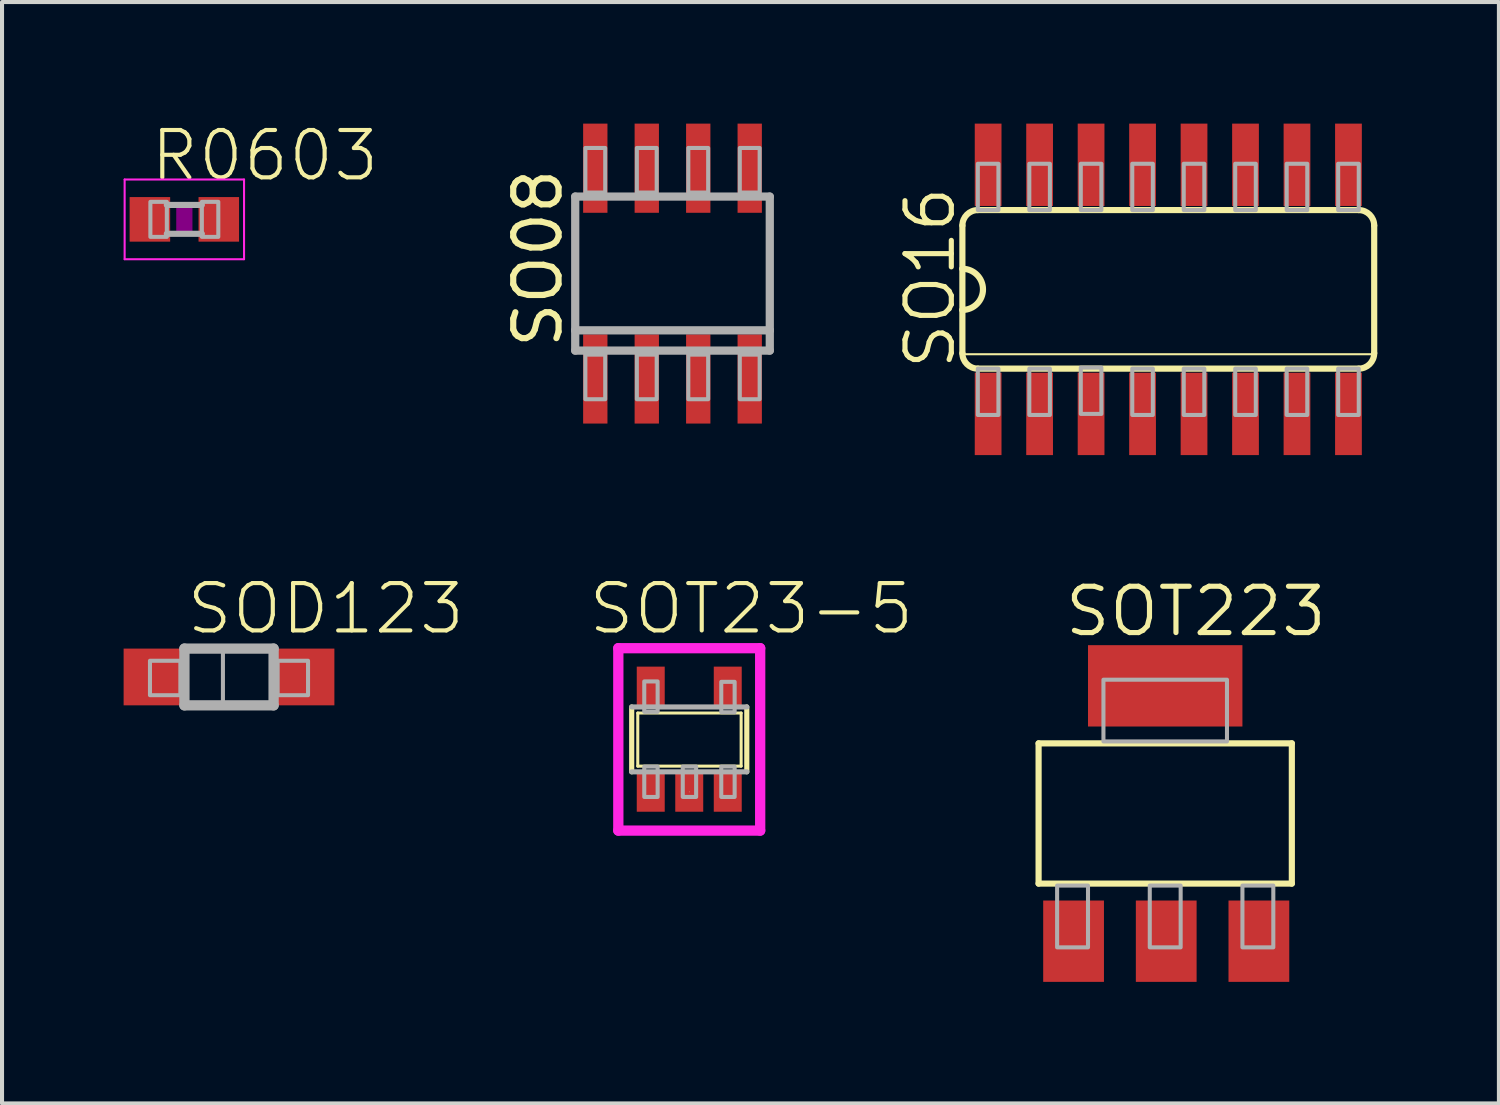
<source format=kicad_pcb>
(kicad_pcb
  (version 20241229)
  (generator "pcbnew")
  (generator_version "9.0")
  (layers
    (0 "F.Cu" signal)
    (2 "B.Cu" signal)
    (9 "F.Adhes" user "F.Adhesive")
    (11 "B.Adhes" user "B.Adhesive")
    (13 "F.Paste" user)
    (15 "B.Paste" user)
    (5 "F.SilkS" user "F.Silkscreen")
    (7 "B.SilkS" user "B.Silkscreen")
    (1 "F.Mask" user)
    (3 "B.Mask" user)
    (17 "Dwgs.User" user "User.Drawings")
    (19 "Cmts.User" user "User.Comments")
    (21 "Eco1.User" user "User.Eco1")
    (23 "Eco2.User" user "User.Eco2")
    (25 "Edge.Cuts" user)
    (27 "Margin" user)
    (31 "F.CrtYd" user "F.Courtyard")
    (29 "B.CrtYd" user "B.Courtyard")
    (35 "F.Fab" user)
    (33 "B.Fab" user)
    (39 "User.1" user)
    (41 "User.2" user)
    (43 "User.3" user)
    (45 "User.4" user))
  (footprint "R0603"
    (layer "F.Cu")
    (at 1.498 2.362)
    (property "Reference" "R0603" (at -0.889 -0.889 0) (layer "F.SilkS") (effects (font (size 1.168 1.168) (thickness 0.102)) (justify left bottom)))
    (fp_poly (pts (xy -0.2 0.4) (xy 0.2 0.4) (xy 0.2 -0.4) (xy -0.2 -0.4)) (stroke (width 0) (type solid)) (fill yes) (layer "F.Adhes"))
    (fp_line (start -1.473 -0.983) (end 1.473 -0.983) (stroke (width 0.051) (type solid)) (layer "F.CrtYd"))
    (fp_line (start -1.473 0.983) (end -1.473 -0.983) (stroke (width 0.051) (type solid)) (layer "F.CrtYd"))
    (fp_line (start 1.473 -0.983) (end 1.473 0.983) (stroke (width 0.051) (type solid)) (layer "F.CrtYd"))
    (fp_line (start 1.473 0.983) (end -1.473 0.983) (stroke (width 0.051) (type solid)) (layer "F.CrtYd"))
    (fp_line (start -0.432 0.356) (end 0.432 0.356) (stroke (width 0.152) (type solid)) (layer "F.Fab"))
    (fp_line (start 0.432 -0.356) (end -0.432 -0.356) (stroke (width 0.152) (type solid)) (layer "F.Fab"))
    (fp_poly (pts (xy -0.838 0.432) (xy -0.432 0.432) (xy -0.432 -0.432) (xy -0.838 -0.432)) (stroke (width 0.1) (type solid)) (fill no) (layer "F.Fab"))
    (fp_poly (pts (xy 0.432 0.432) (xy 0.838 0.432) (xy 0.838 -0.432) (xy 0.432 -0.432)) (stroke (width 0.1) (type solid)) (fill no) (layer "F.Fab"))
    (pad "1" smd rect (at -0.85 0) (size 1 1.1) (layers "F.Cu" "F.Mask" "F.Paste"))
    (pad "2" smd rect (at 0.85 0) (size 1 1.1) (layers "F.Cu" "F.Mask" "F.Paste")))
  (footprint "SOT223"
    (layer "F.Cu")
    (at 25.698 17.021)
    (property "Reference" "SOT223" (at -2.54 -4.318 0) (layer "F.SilkS") (effects (font (size 1.143 1.143) (thickness 0.127)) (justify left bottom)))
    (fp_line (start -3.124 -1.731) (end -3.124 1.729) (stroke (width 0.152) (type solid)) (layer "F.SilkS"))
    (fp_line (start -3.124 -1.731) (end 3.124 -1.731) (stroke (width 0.152) (type solid)) (layer "F.SilkS"))
    (fp_line (start 3.124 1.729) (end -3.124 1.729) (stroke (width 0.152) (type solid)) (layer "F.SilkS"))
    (fp_line (start 3.124 1.729) (end 3.124 -1.731) (stroke (width 0.152) (type solid)) (layer "F.SilkS"))
    (fp_poly (pts (xy -2.667 3.302) (xy -1.905 3.302) (xy -1.905 1.778) (xy -2.667 1.778)) (stroke (width 0.1) (type solid)) (fill no) (layer "F.Fab"))
    (fp_poly (pts (xy -1.524 -1.778) (xy 1.524 -1.778) (xy 1.524 -3.302) (xy -1.524 -3.302)) (stroke (width 0.1) (type solid)) (fill no) (layer "F.Fab"))
    (fp_poly (pts (xy -0.381 3.302) (xy 0.381 3.302) (xy 0.381 1.778) (xy -0.381 1.778)) (stroke (width 0.1) (type solid)) (fill no) (layer "F.Fab"))
    (fp_poly (pts (xy 1.905 3.302) (xy 2.667 3.302) (xy 2.667 1.778) (xy 1.905 1.778)) (stroke (width 0.1) (type solid)) (fill no) (layer "F.Fab"))
    (pad "1" smd rect (at -2.261 3.15) (size 1.499 2.007) (layers "F.Cu" "F.Mask" "F.Paste"))
    (pad "2" smd rect (at 0.025 3.15) (size 1.499 2.007) (layers "F.Cu" "F.Mask" "F.Paste"))
    (pad "3" smd rect (at 2.311 3.15) (size 1.499 2.007) (layers "F.Cu" "F.Mask" "F.Paste"))
    (pad "4" smd rect (at 0 -3.15) (size 3.81 2.007) (layers "F.Cu" "F.Mask" "F.Paste")))
  (footprint "SOD123"
    (layer "F.Cu")
    (at 2.6 13.652)
    (property "Reference" "SOD123" (at -1.1 -1 0) (layer "F.SilkS") (effects (font (size 1.168 1.168) (thickness 0.102)) (justify left bottom)))
    (fp_line (start -1.1 -0.7) (end 1.1 -0.7) (stroke (width 0.254) (type solid)) (layer "F.Fab"))
    (fp_line (start -1.1 0.7) (end -1.1 -0.7) (stroke (width 0.254) (type solid)) (layer "F.Fab"))
    (fp_line (start 1.1 -0.7) (end 1.1 0.7) (stroke (width 0.254) (type solid)) (layer "F.Fab"))
    (fp_line (start 1.1 0.7) (end -1.1 0.7) (stroke (width 0.254) (type solid)) (layer "F.Fab"))
    (fp_poly (pts (xy -1.95 0.45) (xy -1.2 0.45) (xy -1.2 -0.4) (xy -1.95 -0.4)) (stroke (width 0.1) (type solid)) (fill no) (layer "F.Fab"))
    (fp_poly (pts (xy -1.05 0.65) (xy -0.15 0.65) (xy -0.15 -0.7) (xy -1.05 -0.7)) (stroke (width 0.1) (type solid)) (fill no) (layer "F.Fab"))
    (fp_poly (pts (xy 1.2 0.45) (xy 1.95 0.45) (xy 1.95 -0.4) (xy 1.2 -0.4)) (stroke (width 0.1) (type solid)) (fill no) (layer "F.Fab"))
    (pad "A" smd rect (at 1.9 0) (size 1.4 1.4) (layers "F.Cu" "F.Mask" "F.Paste"))
    (pad "C" smd rect (at -1.9 0) (size 1.4 1.4) (layers "F.Cu" "F.Mask" "F.Paste")))
  (footprint "SO16"
    (layer "F.Cu")
    (at 25.774 4.089)
    (property "Reference" "SO16" (at -5.207 2.032 90) (layer "F.SilkS") (effects (font (size 1.143 1.143) (thickness 0.127)) (justify left bottom)))
    (fp_line (start -5.08 -1.575) (end -5.08 -0.508) (stroke (width 0.152) (type solid)) (layer "F.SilkS"))
    (fp_line (start -5.08 -0.508) (end -5.08 0.508) (stroke (width 0.152) (type solid)) (layer "F.SilkS"))
    (fp_line (start -5.08 0.508) (end -5.08 1.575) (stroke (width 0.152) (type solid)) (layer "F.SilkS"))
    (fp_line (start -5.08 1.6) (end 5.08 1.6) (stroke (width 0.051) (type solid)) (layer "F.SilkS"))
    (fp_line (start -4.699 1.956) (end 4.699 1.956) (stroke (width 0.152) (type solid)) (layer "F.SilkS"))
    (fp_line (start 4.699 -1.956) (end -4.699 -1.956) (stroke (width 0.152) (type solid)) (layer "F.SilkS"))
    (fp_line (start 5.08 1.575) (end 5.08 -1.575) (stroke (width 0.152) (type solid)) (layer "F.SilkS"))
    (fp_arc (start -5.08 -1.5748) (mid -4.968408 -1.844208) (end -4.699 -1.9558) (stroke (width 0.1524) (type solid)) (layer "F.SilkS"))
    (fp_arc (start -5.08 -0.508) (mid -4.572 0) (end -5.08 0.508) (stroke (width 0.1524) (type solid)) (layer "F.SilkS"))
    (fp_arc (start -4.699 1.9558) (mid -4.968408 1.844208) (end -5.08 1.5748) (stroke (width 0.1524) (type solid)) (layer "F.SilkS"))
    (fp_arc (start 4.699 -1.9558) (mid 4.968408 -1.844208) (end 5.08 -1.5748) (stroke (width 0.1524) (type solid)) (layer "F.SilkS"))
    (fp_arc (start 5.08 1.5748) (mid 4.968408 1.844208) (end 4.699 1.9558) (stroke (width 0.1524) (type solid)) (layer "F.SilkS"))
    (fp_poly (pts (xy -4.699 -1.956) (xy -4.191 -1.956) (xy -4.191 -3.099) (xy -4.699 -3.099)) (stroke (width 0.1) (type solid)) (fill no) (layer "F.Fab"))
    (fp_poly (pts (xy -4.699 3.099) (xy -4.191 3.099) (xy -4.191 1.956) (xy -4.699 1.956)) (stroke (width 0.1) (type solid)) (fill no) (layer "F.Fab"))
    (fp_poly (pts (xy -3.429 -1.956) (xy -2.921 -1.956) (xy -2.921 -3.099) (xy -3.429 -3.099)) (stroke (width 0.1) (type solid)) (fill no) (layer "F.Fab"))
    (fp_poly (pts (xy -3.429 3.099) (xy -2.921 3.099) (xy -2.921 1.956) (xy -3.429 1.956)) (stroke (width 0.1) (type solid)) (fill no) (layer "F.Fab"))
    (fp_poly (pts (xy -2.159 -1.956) (xy -1.651 -1.956) (xy -1.651 -3.099) (xy -2.159 -3.099)) (stroke (width 0.1) (type solid)) (fill no) (layer "F.Fab"))
    (fp_poly (pts (xy -2.159 3.073) (xy -1.651 3.073) (xy -1.651 1.93) (xy -2.159 1.93)) (stroke (width 0.1) (type solid)) (fill no) (layer "F.Fab"))
    (fp_poly (pts (xy -0.889 -1.956) (xy -0.381 -1.956) (xy -0.381 -3.099) (xy -0.889 -3.099)) (stroke (width 0.1) (type solid)) (fill no) (layer "F.Fab"))
    (fp_poly (pts (xy -0.889 3.099) (xy -0.381 3.099) (xy -0.381 1.956) (xy -0.889 1.956)) (stroke (width 0.1) (type solid)) (fill no) (layer "F.Fab"))
    (fp_poly (pts (xy 0.381 -1.956) (xy 0.889 -1.956) (xy 0.889 -3.099) (xy 0.381 -3.099)) (stroke (width 0.1) (type solid)) (fill no) (layer "F.Fab"))
    (fp_poly (pts (xy 0.381 3.099) (xy 0.889 3.099) (xy 0.889 1.956) (xy 0.381 1.956)) (stroke (width 0.1) (type solid)) (fill no) (layer "F.Fab"))
    (fp_poly (pts (xy 1.651 -1.956) (xy 2.159 -1.956) (xy 2.159 -3.099) (xy 1.651 -3.099)) (stroke (width 0.1) (type solid)) (fill no) (layer "F.Fab"))
    (fp_poly (pts (xy 1.651 3.099) (xy 2.159 3.099) (xy 2.159 1.956) (xy 1.651 1.956)) (stroke (width 0.1) (type solid)) (fill no) (layer "F.Fab"))
    (fp_poly (pts (xy 2.921 -1.956) (xy 3.429 -1.956) (xy 3.429 -3.099) (xy 2.921 -3.099)) (stroke (width 0.1) (type solid)) (fill no) (layer "F.Fab"))
    (fp_poly (pts (xy 2.921 3.099) (xy 3.429 3.099) (xy 3.429 1.956) (xy 2.921 1.956)) (stroke (width 0.1) (type solid)) (fill no) (layer "F.Fab"))
    (fp_poly (pts (xy 4.191 -1.956) (xy 4.699 -1.956) (xy 4.699 -3.099) (xy 4.191 -3.099)) (stroke (width 0.1) (type solid)) (fill no) (layer "F.Fab"))
    (fp_poly (pts (xy 4.191 3.099) (xy 4.699 3.099) (xy 4.699 1.956) (xy 4.191 1.956)) (stroke (width 0.1) (type solid)) (fill no) (layer "F.Fab"))
    (pad "1" smd rect (at -4.445 3.073) (size 0.66 2.032) (layers "F.Cu" "F.Mask" "F.Paste"))
    (pad "2" smd rect (at -3.175 3.073) (size 0.66 2.032) (layers "F.Cu" "F.Mask" "F.Paste"))
    (pad "3" smd rect (at -1.905 3.073) (size 0.66 2.032) (layers "F.Cu" "F.Mask" "F.Paste"))
    (pad "4" smd rect (at -0.635 3.073) (size 0.66 2.032) (layers "F.Cu" "F.Mask" "F.Paste"))
    (pad "5" smd rect (at 0.635 3.073) (size 0.66 2.032) (layers "F.Cu" "F.Mask" "F.Paste"))
    (pad "6" smd rect (at 1.905 3.073) (size 0.66 2.032) (layers "F.Cu" "F.Mask" "F.Paste"))
    (pad "7" smd rect (at 3.175 3.073) (size 0.66 2.032) (layers "F.Cu" "F.Mask" "F.Paste"))
    (pad "8" smd rect (at 4.445 3.073) (size 0.66 2.032) (layers "F.Cu" "F.Mask" "F.Paste"))
    (pad "9" smd rect (at 4.445 -3.073) (size 0.66 2.032) (layers "F.Cu" "F.Mask" "F.Paste"))
    (pad "10" smd rect (at 3.175 -3.073) (size 0.66 2.032) (layers "F.Cu" "F.Mask" "F.Paste"))
    (pad "11" smd rect (at 1.905 -3.073) (size 0.66 2.032) (layers "F.Cu" "F.Mask" "F.Paste"))
    (pad "12" smd rect (at 0.635 -3.073) (size 0.66 2.032) (layers "F.Cu" "F.Mask" "F.Paste"))
    (pad "13" smd rect (at -0.635 -3.073) (size 0.66 2.032) (layers "F.Cu" "F.Mask" "F.Paste"))
    (pad "14" smd rect (at -1.905 -3.073) (size 0.66 2.032) (layers "F.Cu" "F.Mask" "F.Paste"))
    (pad "15" smd rect (at -3.175 -3.073) (size 0.66 2.032) (layers "F.Cu" "F.Mask" "F.Paste"))
    (pad "16" smd rect (at -4.445 -3.073) (size 0.66 2.032) (layers "F.Cu" "F.Mask" "F.Paste")))
  (footprint "SOT23-5"
    (layer "F.Cu")
    (at 13.955 15.192)
    (property "Reference" "SOT23-5" (at -2.54 -2.54 0) (layer "F.SilkS") (effects (font (size 1.168 1.168) (thickness 0.102)) (justify left bottom)))
    (fp_line (start -1.42 0.8) (end -1.42 -0.8) (stroke (width 0.127) (type solid)) (layer "F.SilkS"))
    (fp_line (start -1.27 -0.65) (end 1.28 -0.65) (stroke (width 0.075) (type solid)) (layer "F.SilkS"))
    (fp_line (start -1.27 0.66) (end -1.27 -0.65) (stroke (width 0.075) (type solid)) (layer "F.SilkS"))
    (fp_line (start 0 1.29) (end 0 1.3) (stroke (width 0.01) (type solid)) (layer "F.SilkS"))
    (fp_line (start 1.28 -0.65) (end 1.28 0.66) (stroke (width 0.075) (type solid)) (layer "F.SilkS"))
    (fp_line (start 1.28 0.66) (end -1.27 0.66) (stroke (width 0.075) (type solid)) (layer "F.SilkS"))
    (fp_line (start 1.42 -0.8) (end 1.42 0.8) (stroke (width 0.127) (type solid)) (layer "F.SilkS"))
    (fp_line (start -1.75 -2.25) (end 1.75 -2.25) (stroke (width 0.254) (type solid)) (layer "F.CrtYd"))
    (fp_line (start -1.75 2.25) (end -1.75 -2.25) (stroke (width 0.254) (type solid)) (layer "F.CrtYd"))
    (fp_line (start 1.75 -2.25) (end 1.75 2.25) (stroke (width 0.254) (type solid)) (layer "F.CrtYd"))
    (fp_line (start 1.75 2.25) (end -1.75 2.25) (stroke (width 0.254) (type solid)) (layer "F.CrtYd"))
    (fp_line (start -1.42 -0.8) (end 1.42 -0.8) (stroke (width 0.127) (type solid)) (layer "F.Fab"))
    (fp_line (start 1.42 0.8) (end -1.42 0.8) (stroke (width 0.127) (type solid)) (layer "F.Fab"))
    (fp_poly (pts (xy -1.11 -0.68) (xy -0.78 -0.68) (xy -0.78 -1.43) (xy -1.11 -1.43)) (stroke (width 0.1) (type solid)) (fill no) (layer "F.Fab"))
    (fp_poly (pts (xy -1.11 1.42) (xy -0.78 1.42) (xy -0.78 0.67) (xy -1.11 0.67)) (stroke (width 0.1) (type solid)) (fill no) (layer "F.Fab"))
    (fp_poly (pts (xy -0.16 1.42) (xy 0.17 1.42) (xy 0.17 0.67) (xy -0.16 0.67)) (stroke (width 0.1) (type solid)) (fill no) (layer "F.Fab"))
    (fp_poly (pts (xy 0.79 -0.67) (xy 1.12 -0.67) (xy 1.12 -1.42) (xy 0.79 -1.42)) (stroke (width 0.1) (type solid)) (fill no) (layer "F.Fab"))
    (fp_poly (pts (xy 0.79 1.42) (xy 1.12 1.42) (xy 1.12 0.67) (xy 0.79 0.67)) (stroke (width 0.1) (type solid)) (fill no) (layer "F.Fab"))
    (pad "1" smd rect (at -0.95 1.29) (size 0.69 0.99) (layers "F.Cu" "F.Mask" "F.Paste"))
    (pad "2" smd rect (at 0 1.29) (size 0.69 0.99) (layers "F.Cu" "F.Mask" "F.Paste"))
    (pad "3" smd rect (at 0.95 1.29) (size 0.69 0.99) (layers "F.Cu" "F.Mask" "F.Paste"))
    (pad "4" smd rect (at 0.95 -1.3) (size 0.69 0.99) (layers "F.Cu" "F.Mask" "F.Paste"))
    (pad "5" smd rect (at -0.95 -1.3) (size 0.69 0.99) (layers "F.Cu" "F.Mask" "F.Paste")))
  (footprint "SO08"
    (layer "F.Cu")
    (at 13.542 3.7)
    (property "Reference" "SO08" (at -2.667 1.905 90) (layer "F.SilkS") (effects (font (size 1.118 1.118) (thickness 0.152)) (justify left bottom)))
    (fp_line (start -2.4 -1.9) (end 2.4 -1.9) (stroke (width 0.203) (type solid)) (layer "F.Fab"))
    (fp_line (start -2.4 1.4) (end -2.4 -1.9) (stroke (width 0.203) (type solid)) (layer "F.Fab"))
    (fp_line (start -2.4 1.9) (end -2.4 1.4) (stroke (width 0.203) (type solid)) (layer "F.Fab"))
    (fp_line (start 2.4 -1.9) (end 2.4 1.4) (stroke (width 0.203) (type solid)) (layer "F.Fab"))
    (fp_line (start 2.4 1.4) (end -2.4 1.4) (stroke (width 0.203) (type solid)) (layer "F.Fab"))
    (fp_line (start 2.4 1.4) (end 2.4 1.9) (stroke (width 0.203) (type solid)) (layer "F.Fab"))
    (fp_line (start 2.4 1.9) (end -2.4 1.9) (stroke (width 0.203) (type solid)) (layer "F.Fab"))
    (fp_poly (pts (xy -2.15 -2) (xy -1.66 -2) (xy -1.66 -3.1) (xy -2.15 -3.1)) (stroke (width 0.1) (type solid)) (fill no) (layer "F.Fab"))
    (fp_poly (pts (xy -2.15 3.1) (xy -1.66 3.1) (xy -1.66 2) (xy -2.15 2)) (stroke (width 0.1) (type solid)) (fill no) (layer "F.Fab"))
    (fp_poly (pts (xy -0.88 -2) (xy -0.39 -2) (xy -0.39 -3.1) (xy -0.88 -3.1)) (stroke (width 0.1) (type solid)) (fill no) (layer "F.Fab"))
    (fp_poly (pts (xy -0.88 3.1) (xy -0.39 3.1) (xy -0.39 2) (xy -0.88 2)) (stroke (width 0.1) (type solid)) (fill no) (layer "F.Fab"))
    (fp_poly (pts (xy 0.39 -2) (xy 0.88 -2) (xy 0.88 -3.1) (xy 0.39 -3.1)) (stroke (width 0.1) (type solid)) (fill no) (layer "F.Fab"))
    (fp_poly (pts (xy 0.39 3.1) (xy 0.88 3.1) (xy 0.88 2) (xy 0.39 2)) (stroke (width 0.1) (type solid)) (fill no) (layer "F.Fab"))
    (fp_poly (pts (xy 1.66 -2) (xy 2.15 -2) (xy 2.15 -3.1) (xy 1.66 -3.1)) (stroke (width 0.1) (type solid)) (fill no) (layer "F.Fab"))
    (fp_poly (pts (xy 1.66 3.1) (xy 2.15 3.1) (xy 2.15 2) (xy 1.66 2)) (stroke (width 0.1) (type solid)) (fill no) (layer "F.Fab"))
    (pad "1" smd rect (at -1.905 2.6) (size 0.6 2.2) (layers "F.Cu" "F.Mask" "F.Paste"))
    (pad "2" smd rect (at -0.635 2.6) (size 0.6 2.2) (layers "F.Cu" "F.Mask" "F.Paste"))
    (pad "3" smd rect (at 0.635 2.6) (size 0.6 2.2) (layers "F.Cu" "F.Mask" "F.Paste"))
    (pad "4" smd rect (at 1.905 2.6) (size 0.6 2.2) (layers "F.Cu" "F.Mask" "F.Paste"))
    (pad "5" smd rect (at 1.905 -2.6) (size 0.6 2.2) (layers "F.Cu" "F.Mask" "F.Paste"))
    (pad "6" smd rect (at 0.635 -2.6) (size 0.6 2.2) (layers "F.Cu" "F.Mask" "F.Paste"))
    (pad "7" smd rect (at -0.635 -2.6) (size 0.6 2.2) (layers "F.Cu" "F.Mask" "F.Paste"))
    (pad "8" smd rect (at -1.905 -2.6) (size 0.6 2.2) (layers "F.Cu" "F.Mask" "F.Paste")))
  (gr_rect
    (start -3 -3)
    (end 33.931 24.174)
    (stroke (width 0.1) (type default))
    (fill no)
    (layer "Edge.Cuts")))
</source>
